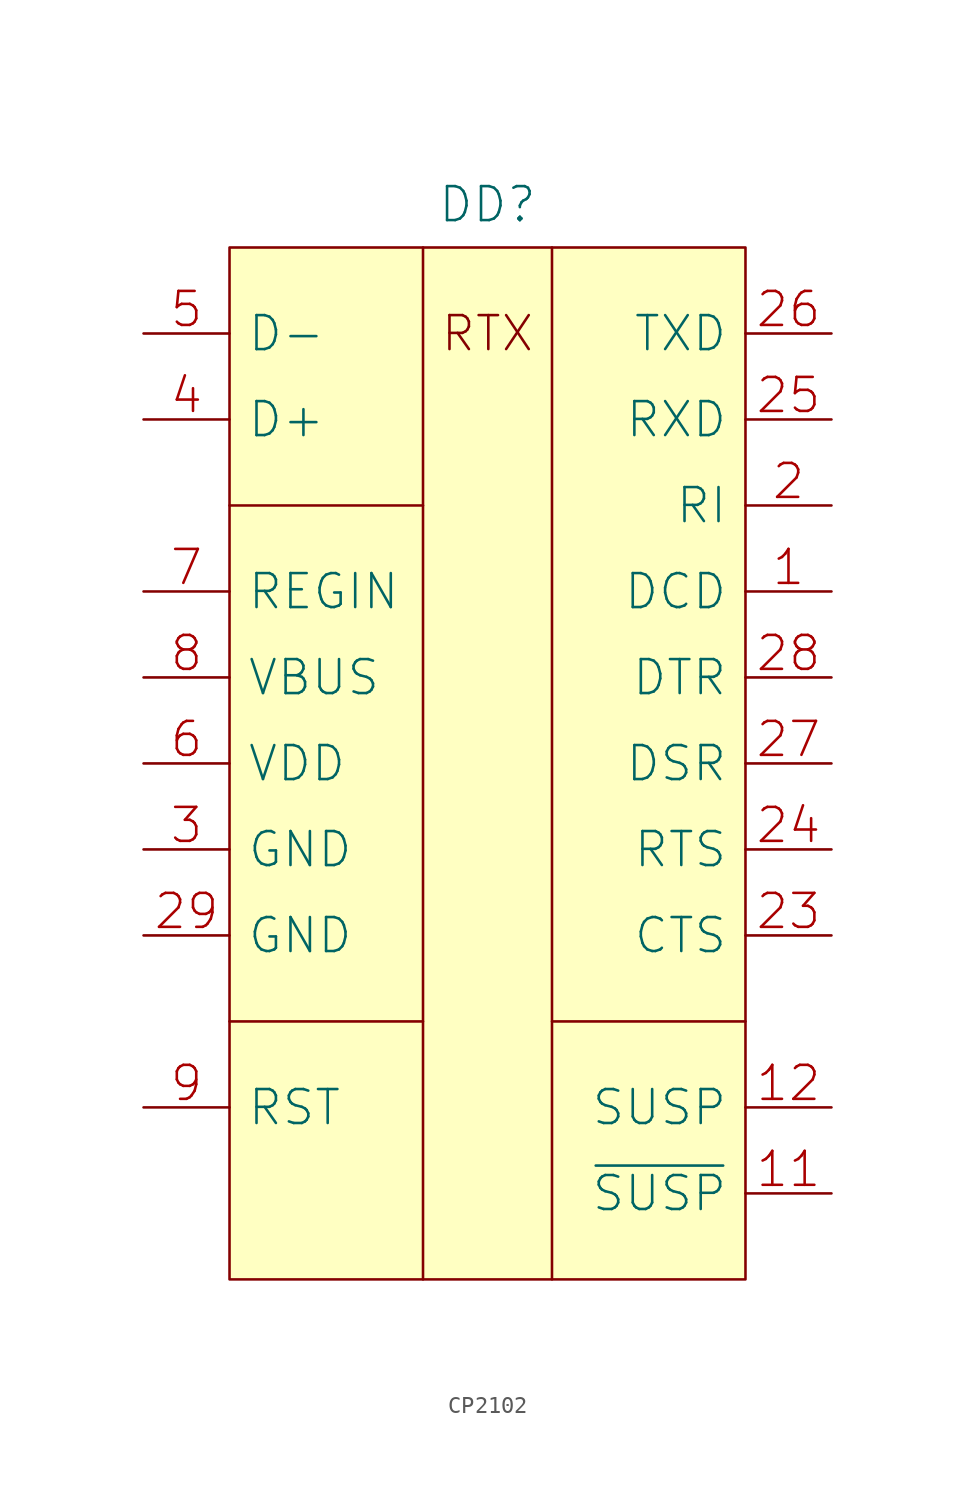
<source format=kicad_sym>
(kicad_symbol_lib
  (version 20231120)
  (generator "kicad_symbol_editor")
  (generator_version "8.0")
  (symbol "CP2102"
    (pin_names
      (offset 1.016))
    (property "Reference" "DD"
      (at 0 33.02 0)
      (effects (font (size 2.007 2.007))))
    (symbol "CP2102_0_0"
      (rectangle (start -15.24 30.48) (end 15.24 -30.48) (stroke (width 0) (type solid)) (fill (type background)))
      (polyline (pts (xy -15.24 15.24) (xy -3.81 15.24)) (stroke (width 0) (type solid)) (fill (type none)))
      (polyline (pts (xy -3.81 30.48) (xy -3.81 -30.48)) (stroke (width 0) (type solid)) (fill (type none)))
      (polyline (pts (xy 3.81 30.48) (xy 3.81 -30.48)) (stroke (width 0) (type solid)) (fill (type none)))
      (text "RTX" (at 0 25.4 0) (effects (font (size 2.007 2.007)))))
    (symbol "CP2102_0_1"
      (polyline (pts (xy -15.24 -15.24) (xy -3.81 -15.24)) (stroke (width 0) (type solid)) (fill (type none)))
      (polyline (pts (xy 15.24 -15.24) (xy 3.81 -15.24)) (stroke (width 0) (type solid)) (fill (type none))))
    (symbol "CP2102_1_1"
      (pin input line (at 20.32 10.16 180) (length 5.08) (name "DCD" (effects (font (size 2.007 2.007)))) (number "1" (effects (font (size 2.007 2.007)))))
      (pin output line (at 20.32 -25.4 180) (length 5.08) (name "~{SUSP}" (effects (font (size 2.007 2.007)))) (number "11" (effects (font (size 2.007 2.007)))))
      (pin output line (at 20.32 -20.32 180) (length 5.08) (name "SUSP" (effects (font (size 2.007 2.007)))) (number "12" (effects (font (size 2.007 2.007)))))
      (pin input line (at 20.32 15.24 180) (length 5.08) (name "RI" (effects (font (size 2.007 2.007)))) (number "2" (effects (font (size 2.007 2.007)))))
      (pin input line (at 20.32 -10.16 180) (length 5.08) (name "CTS" (effects (font (size 2.007 2.007)))) (number "23" (effects (font (size 2.007 2.007)))))
      (pin output line (at 20.32 -5.08 180) (length 5.08) (name "RTS" (effects (font (size 2.007 2.007)))) (number "24" (effects (font (size 2.007 2.007)))))
      (pin input line (at 20.32 20.32 180) (length 5.08) (name "RXD" (effects (font (size 2.007 2.007)))) (number "25" (effects (font (size 2.007 2.007)))))
      (pin output line (at 20.32 25.4 180) (length 5.08) (name "TXD" (effects (font (size 2.007 2.007)))) (number "26" (effects (font (size 2.007 2.007)))))
      (pin input line (at 20.32 0 180) (length 5.08) (name "DSR" (effects (font (size 2.007 2.007)))) (number "27" (effects (font (size 2.007 2.007)))))
      (pin output line (at 20.32 5.08 180) (length 5.08) (name "DTR" (effects (font (size 2.007 2.007)))) (number "28" (effects (font (size 2.007 2.007)))))
      (pin power_in line (at -20.32 -10.16 0) (length 5.08) (name "GND" (effects (font (size 2.007 2.007)))) (number "29" (effects (font (size 2.007 2.007)))))
      (pin power_in line (at -20.32 -5.08 0) (length 5.08) (name "GND" (effects (font (size 2.007 2.007)))) (number "3" (effects (font (size 2.007 2.007)))))
      (pin bidirectional line (at -20.32 20.32 0) (length 5.08) (name "D+" (effects (font (size 2.007 2.007)))) (number "4" (effects (font (size 2.007 2.007)))))
      (pin bidirectional line (at -20.32 25.4 0) (length 5.08) (name "D-" (effects (font (size 2.007 2.007)))) (number "5" (effects (font (size 2.007 2.007)))))
      (pin power_out line (at -20.32 0 0) (length 5.08) (name "VDD" (effects (font (size 2.007 2.007)))) (number "6" (effects (font (size 2.007 2.007)))))
      (pin power_in line (at -20.32 10.16 0) (length 5.08) (name "REGIN" (effects (font (size 2.007 2.007)))) (number "7" (effects (font (size 2.007 2.007)))))
      (pin input line (at -20.32 5.08 0) (length 5.08) (name "VBUS" (effects (font (size 2.007 2.007)))) (number "8" (effects (font (size 2.007 2.007)))))
      (pin open_collector line (at -20.32 -20.32 0) (length 5.08) (name "RST" (effects (font (size 2.007 2.007)))) (number "9" (effects (font (size 2.007 2.007))))))))
</source>
